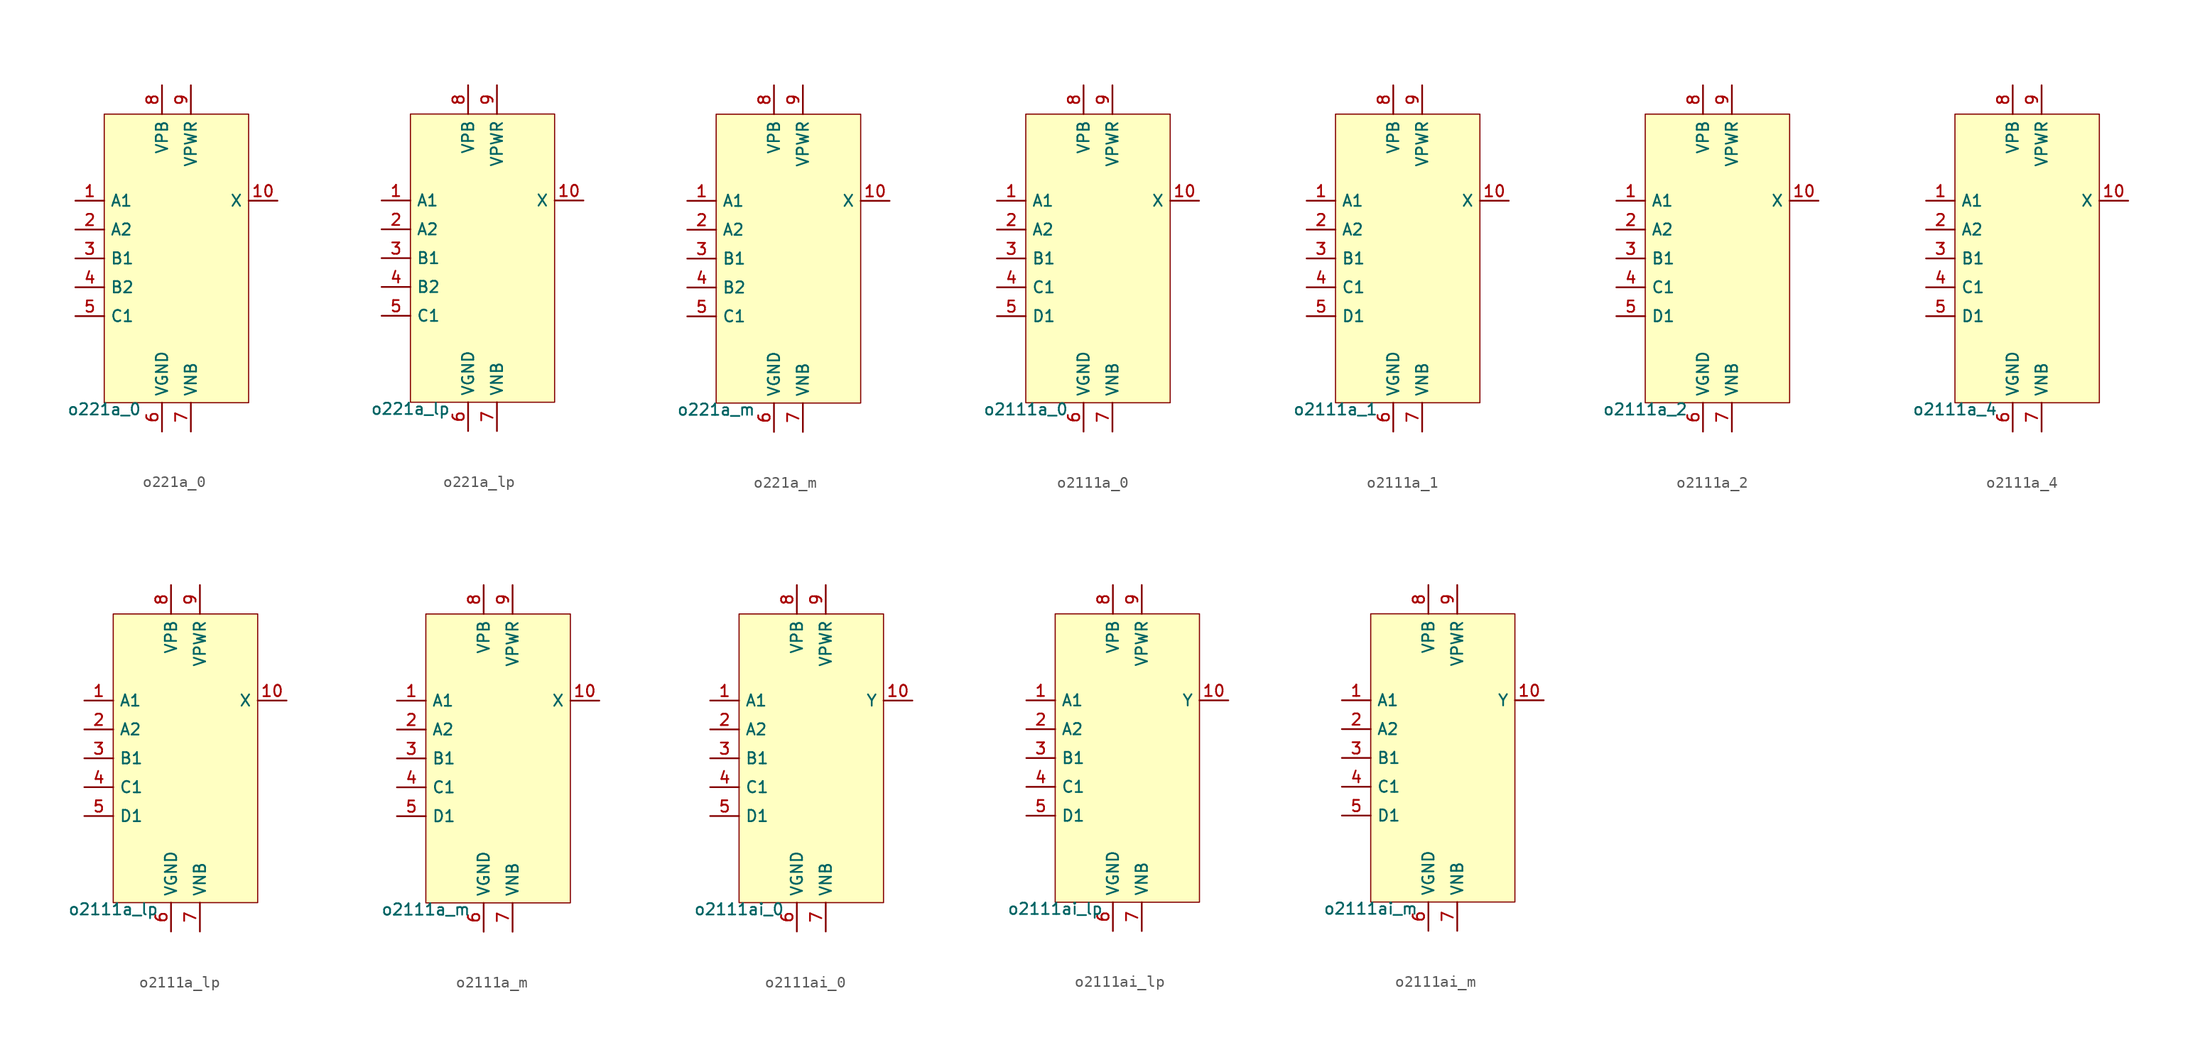
<source format=kicad_sym>
(kicad_symbol_lib
  (version 20211014)
  (generator pdk2kicad)
  (symbol "o221a_0"
    (property "Reference" "X"
      (at 0 0 0)
      (effects (font (size 1 1)) hide))
    (property "Value" "o221a_0"
      (at -6.35 -12.7 0)
      (effects (font (size 1 1)) (justify top)))
    (rectangle
      (start -6.35 -12.7)
      (end 6.35 12.7)
      (stroke (width 0.1) (type solid) (color 0 0 0 0))
      (fill (type background)))
    (pin input line
      (at -8.89 5.08 0)
      (length 2.54)
      (name "A1" (effects (font (size 1 1)) hide))
      (number "1" (effects (font (size 1 1)) hide)))
    (pin input line
      (at -8.89 2.54 0)
      (length 2.54)
      (name "A2" (effects (font (size 1 1)) hide))
      (number "2" (effects (font (size 1 1)) hide)))
    (pin input line
      (at -8.89 -8.881784197001252e-16 0)
      (length 2.54)
      (name "B1" (effects (font (size 1 1)) hide))
      (number "3" (effects (font (size 1 1)) hide)))
    (pin input line
      (at -8.89 -2.54 0)
      (length 2.54)
      (name "B2" (effects (font (size 1 1)) hide))
      (number "4" (effects (font (size 1 1)) hide)))
    (pin input line
      (at -8.89 -5.08 0)
      (length 2.54)
      (name "C1" (effects (font (size 1 1)) hide))
      (number "5" (effects (font (size 1 1)) hide)))
    (pin power_in line
      (at -1.27 -15.24 90)
      (length 2.54)
      (name "VGND" (effects (font (size 1 1)) hide))
      (number "6" (effects (font (size 1 1)) hide)))
    (pin power_in line
      (at 1.27 -15.24 90)
      (length 2.54)
      (name "VNB" (effects (font (size 1 1)) hide))
      (number "7" (effects (font (size 1 1)) hide)))
    (pin power_in line
      (at -1.27 15.24 270)
      (length 2.54)
      (name "VPB" (effects (font (size 1 1)) hide))
      (number "8" (effects (font (size 1 1)) hide)))
    (pin power_in line
      (at 1.27 15.24 270)
      (length 2.54)
      (name "VPWR" (effects (font (size 1 1)) hide))
      (number "9" (effects (font (size 1 1)) hide)))
    (pin output line
      (at 8.89 5.08 180)
      (length 2.54)
      (name "X" (effects (font (size 1 1)) hide))
      (number "10" (effects (font (size 1 1)) hide))))
  (symbol "o221a_lp"
    (property "Reference" "X"
      (at 0 0 0)
      (effects (font (size 1 1)) hide))
    (property "Value" "o221a_lp"
      (at -6.35 -12.7 0)
      (effects (font (size 1 1)) (justify top)))
    (rectangle
      (start -6.35 -12.7)
      (end 6.35 12.7)
      (stroke (width 0.1) (type solid) (color 0 0 0 0))
      (fill (type background)))
    (pin input line
      (at -8.89 5.08 0)
      (length 2.54)
      (name "A1" (effects (font (size 1 1)) hide))
      (number "1" (effects (font (size 1 1)) hide)))
    (pin input line
      (at -8.89 2.54 0)
      (length 2.54)
      (name "A2" (effects (font (size 1 1)) hide))
      (number "2" (effects (font (size 1 1)) hide)))
    (pin input line
      (at -8.89 -8.881784197001252e-16 0)
      (length 2.54)
      (name "B1" (effects (font (size 1 1)) hide))
      (number "3" (effects (font (size 1 1)) hide)))
    (pin input line
      (at -8.89 -2.54 0)
      (length 2.54)
      (name "B2" (effects (font (size 1 1)) hide))
      (number "4" (effects (font (size 1 1)) hide)))
    (pin input line
      (at -8.89 -5.08 0)
      (length 2.54)
      (name "C1" (effects (font (size 1 1)) hide))
      (number "5" (effects (font (size 1 1)) hide)))
    (pin power_in line
      (at -1.27 -15.24 90)
      (length 2.54)
      (name "VGND" (effects (font (size 1 1)) hide))
      (number "6" (effects (font (size 1 1)) hide)))
    (pin power_in line
      (at 1.27 -15.24 90)
      (length 2.54)
      (name "VNB" (effects (font (size 1 1)) hide))
      (number "7" (effects (font (size 1 1)) hide)))
    (pin power_in line
      (at -1.27 15.24 270)
      (length 2.54)
      (name "VPB" (effects (font (size 1 1)) hide))
      (number "8" (effects (font (size 1 1)) hide)))
    (pin power_in line
      (at 1.27 15.24 270)
      (length 2.54)
      (name "VPWR" (effects (font (size 1 1)) hide))
      (number "9" (effects (font (size 1 1)) hide)))
    (pin output line
      (at 8.89 5.08 180)
      (length 2.54)
      (name "X" (effects (font (size 1 1)) hide))
      (number "10" (effects (font (size 1 1)) hide))))
  (symbol "o221a_m"
    (property "Reference" "X"
      (at 0 0 0)
      (effects (font (size 1 1)) hide))
    (property "Value" "o221a_m"
      (at -6.35 -12.7 0)
      (effects (font (size 1 1)) (justify top)))
    (rectangle
      (start -6.35 -12.7)
      (end 6.35 12.7)
      (stroke (width 0.1) (type solid) (color 0 0 0 0))
      (fill (type background)))
    (pin input line
      (at -8.89 5.08 0)
      (length 2.54)
      (name "A1" (effects (font (size 1 1)) hide))
      (number "1" (effects (font (size 1 1)) hide)))
    (pin input line
      (at -8.89 2.54 0)
      (length 2.54)
      (name "A2" (effects (font (size 1 1)) hide))
      (number "2" (effects (font (size 1 1)) hide)))
    (pin input line
      (at -8.89 -8.881784197001252e-16 0)
      (length 2.54)
      (name "B1" (effects (font (size 1 1)) hide))
      (number "3" (effects (font (size 1 1)) hide)))
    (pin input line
      (at -8.89 -2.54 0)
      (length 2.54)
      (name "B2" (effects (font (size 1 1)) hide))
      (number "4" (effects (font (size 1 1)) hide)))
    (pin input line
      (at -8.89 -5.08 0)
      (length 2.54)
      (name "C1" (effects (font (size 1 1)) hide))
      (number "5" (effects (font (size 1 1)) hide)))
    (pin power_in line
      (at -1.27 -15.24 90)
      (length 2.54)
      (name "VGND" (effects (font (size 1 1)) hide))
      (number "6" (effects (font (size 1 1)) hide)))
    (pin power_in line
      (at 1.27 -15.24 90)
      (length 2.54)
      (name "VNB" (effects (font (size 1 1)) hide))
      (number "7" (effects (font (size 1 1)) hide)))
    (pin power_in line
      (at -1.27 15.24 270)
      (length 2.54)
      (name "VPB" (effects (font (size 1 1)) hide))
      (number "8" (effects (font (size 1 1)) hide)))
    (pin power_in line
      (at 1.27 15.24 270)
      (length 2.54)
      (name "VPWR" (effects (font (size 1 1)) hide))
      (number "9" (effects (font (size 1 1)) hide)))
    (pin output line
      (at 8.89 5.08 180)
      (length 2.54)
      (name "X" (effects (font (size 1 1)) hide))
      (number "10" (effects (font (size 1 1)) hide))))
  (symbol "o2111a_0"
    (property "Reference" "X"
      (at 0 0 0)
      (effects (font (size 1 1)) hide))
    (property "Value" "o2111a_0"
      (at -6.35 -12.7 0)
      (effects (font (size 1 1)) (justify top)))
    (rectangle
      (start -6.35 -12.7)
      (end 6.35 12.7)
      (stroke (width 0.1) (type solid) (color 0 0 0 0))
      (fill (type background)))
    (pin input line
      (at -8.89 5.08 0)
      (length 2.54)
      (name "A1" (effects (font (size 1 1)) hide))
      (number "1" (effects (font (size 1 1)) hide)))
    (pin input line
      (at -8.89 2.54 0)
      (length 2.54)
      (name "A2" (effects (font (size 1 1)) hide))
      (number "2" (effects (font (size 1 1)) hide)))
    (pin input line
      (at -8.89 -8.881784197001252e-16 0)
      (length 2.54)
      (name "B1" (effects (font (size 1 1)) hide))
      (number "3" (effects (font (size 1 1)) hide)))
    (pin input line
      (at -8.89 -2.54 0)
      (length 2.54)
      (name "C1" (effects (font (size 1 1)) hide))
      (number "4" (effects (font (size 1 1)) hide)))
    (pin input line
      (at -8.89 -5.08 0)
      (length 2.54)
      (name "D1" (effects (font (size 1 1)) hide))
      (number "5" (effects (font (size 1 1)) hide)))
    (pin power_in line
      (at -1.27 -15.24 90)
      (length 2.54)
      (name "VGND" (effects (font (size 1 1)) hide))
      (number "6" (effects (font (size 1 1)) hide)))
    (pin power_in line
      (at 1.27 -15.24 90)
      (length 2.54)
      (name "VNB" (effects (font (size 1 1)) hide))
      (number "7" (effects (font (size 1 1)) hide)))
    (pin power_in line
      (at -1.27 15.24 270)
      (length 2.54)
      (name "VPB" (effects (font (size 1 1)) hide))
      (number "8" (effects (font (size 1 1)) hide)))
    (pin power_in line
      (at 1.27 15.24 270)
      (length 2.54)
      (name "VPWR" (effects (font (size 1 1)) hide))
      (number "9" (effects (font (size 1 1)) hide)))
    (pin output line
      (at 8.89 5.08 180)
      (length 2.54)
      (name "X" (effects (font (size 1 1)) hide))
      (number "10" (effects (font (size 1 1)) hide))))
  (symbol "o2111a_1"
    (property "Reference" "X"
      (at 0 0 0)
      (effects (font (size 1 1)) hide))
    (property "Value" "o2111a_1"
      (at -6.35 -12.7 0)
      (effects (font (size 1 1)) (justify top)))
    (rectangle
      (start -6.35 -12.7)
      (end 6.35 12.7)
      (stroke (width 0.1) (type solid) (color 0 0 0 0))
      (fill (type background)))
    (pin input line
      (at -8.89 5.08 0)
      (length 2.54)
      (name "A1" (effects (font (size 1 1)) hide))
      (number "1" (effects (font (size 1 1)) hide)))
    (pin input line
      (at -8.89 2.54 0)
      (length 2.54)
      (name "A2" (effects (font (size 1 1)) hide))
      (number "2" (effects (font (size 1 1)) hide)))
    (pin input line
      (at -8.89 -8.881784197001252e-16 0)
      (length 2.54)
      (name "B1" (effects (font (size 1 1)) hide))
      (number "3" (effects (font (size 1 1)) hide)))
    (pin input line
      (at -8.89 -2.54 0)
      (length 2.54)
      (name "C1" (effects (font (size 1 1)) hide))
      (number "4" (effects (font (size 1 1)) hide)))
    (pin input line
      (at -8.89 -5.08 0)
      (length 2.54)
      (name "D1" (effects (font (size 1 1)) hide))
      (number "5" (effects (font (size 1 1)) hide)))
    (pin power_in line
      (at -1.27 -15.24 90)
      (length 2.54)
      (name "VGND" (effects (font (size 1 1)) hide))
      (number "6" (effects (font (size 1 1)) hide)))
    (pin power_in line
      (at 1.27 -15.24 90)
      (length 2.54)
      (name "VNB" (effects (font (size 1 1)) hide))
      (number "7" (effects (font (size 1 1)) hide)))
    (pin power_in line
      (at -1.27 15.24 270)
      (length 2.54)
      (name "VPB" (effects (font (size 1 1)) hide))
      (number "8" (effects (font (size 1 1)) hide)))
    (pin power_in line
      (at 1.27 15.24 270)
      (length 2.54)
      (name "VPWR" (effects (font (size 1 1)) hide))
      (number "9" (effects (font (size 1 1)) hide)))
    (pin output line
      (at 8.89 5.08 180)
      (length 2.54)
      (name "X" (effects (font (size 1 1)) hide))
      (number "10" (effects (font (size 1 1)) hide))))
  (symbol "o2111a_2"
    (property "Reference" "X"
      (at 0 0 0)
      (effects (font (size 1 1)) hide))
    (property "Value" "o2111a_2"
      (at -6.35 -12.7 0)
      (effects (font (size 1 1)) (justify top)))
    (rectangle
      (start -6.35 -12.7)
      (end 6.35 12.7)
      (stroke (width 0.1) (type solid) (color 0 0 0 0))
      (fill (type background)))
    (pin input line
      (at -8.89 5.08 0)
      (length 2.54)
      (name "A1" (effects (font (size 1 1)) hide))
      (number "1" (effects (font (size 1 1)) hide)))
    (pin input line
      (at -8.89 2.54 0)
      (length 2.54)
      (name "A2" (effects (font (size 1 1)) hide))
      (number "2" (effects (font (size 1 1)) hide)))
    (pin input line
      (at -8.89 -8.881784197001252e-16 0)
      (length 2.54)
      (name "B1" (effects (font (size 1 1)) hide))
      (number "3" (effects (font (size 1 1)) hide)))
    (pin input line
      (at -8.89 -2.54 0)
      (length 2.54)
      (name "C1" (effects (font (size 1 1)) hide))
      (number "4" (effects (font (size 1 1)) hide)))
    (pin input line
      (at -8.89 -5.08 0)
      (length 2.54)
      (name "D1" (effects (font (size 1 1)) hide))
      (number "5" (effects (font (size 1 1)) hide)))
    (pin power_in line
      (at -1.27 -15.24 90)
      (length 2.54)
      (name "VGND" (effects (font (size 1 1)) hide))
      (number "6" (effects (font (size 1 1)) hide)))
    (pin power_in line
      (at 1.27 -15.24 90)
      (length 2.54)
      (name "VNB" (effects (font (size 1 1)) hide))
      (number "7" (effects (font (size 1 1)) hide)))
    (pin power_in line
      (at -1.27 15.24 270)
      (length 2.54)
      (name "VPB" (effects (font (size 1 1)) hide))
      (number "8" (effects (font (size 1 1)) hide)))
    (pin power_in line
      (at 1.27 15.24 270)
      (length 2.54)
      (name "VPWR" (effects (font (size 1 1)) hide))
      (number "9" (effects (font (size 1 1)) hide)))
    (pin output line
      (at 8.89 5.08 180)
      (length 2.54)
      (name "X" (effects (font (size 1 1)) hide))
      (number "10" (effects (font (size 1 1)) hide))))
  (symbol "o2111a_4"
    (property "Reference" "X"
      (at 0 0 0)
      (effects (font (size 1 1)) hide))
    (property "Value" "o2111a_4"
      (at -6.35 -12.7 0)
      (effects (font (size 1 1)) (justify top)))
    (rectangle
      (start -6.35 -12.7)
      (end 6.35 12.7)
      (stroke (width 0.1) (type solid) (color 0 0 0 0))
      (fill (type background)))
    (pin input line
      (at -8.89 5.08 0)
      (length 2.54)
      (name "A1" (effects (font (size 1 1)) hide))
      (number "1" (effects (font (size 1 1)) hide)))
    (pin input line
      (at -8.89 2.54 0)
      (length 2.54)
      (name "A2" (effects (font (size 1 1)) hide))
      (number "2" (effects (font (size 1 1)) hide)))
    (pin input line
      (at -8.89 -8.881784197001252e-16 0)
      (length 2.54)
      (name "B1" (effects (font (size 1 1)) hide))
      (number "3" (effects (font (size 1 1)) hide)))
    (pin input line
      (at -8.89 -2.54 0)
      (length 2.54)
      (name "C1" (effects (font (size 1 1)) hide))
      (number "4" (effects (font (size 1 1)) hide)))
    (pin input line
      (at -8.89 -5.08 0)
      (length 2.54)
      (name "D1" (effects (font (size 1 1)) hide))
      (number "5" (effects (font (size 1 1)) hide)))
    (pin power_in line
      (at -1.27 -15.24 90)
      (length 2.54)
      (name "VGND" (effects (font (size 1 1)) hide))
      (number "6" (effects (font (size 1 1)) hide)))
    (pin power_in line
      (at 1.27 -15.24 90)
      (length 2.54)
      (name "VNB" (effects (font (size 1 1)) hide))
      (number "7" (effects (font (size 1 1)) hide)))
    (pin power_in line
      (at -1.27 15.24 270)
      (length 2.54)
      (name "VPB" (effects (font (size 1 1)) hide))
      (number "8" (effects (font (size 1 1)) hide)))
    (pin power_in line
      (at 1.27 15.24 270)
      (length 2.54)
      (name "VPWR" (effects (font (size 1 1)) hide))
      (number "9" (effects (font (size 1 1)) hide)))
    (pin output line
      (at 8.89 5.08 180)
      (length 2.54)
      (name "X" (effects (font (size 1 1)) hide))
      (number "10" (effects (font (size 1 1)) hide))))
  (symbol "o2111a_lp"
    (property "Reference" "X"
      (at 0 0 0)
      (effects (font (size 1 1)) hide))
    (property "Value" "o2111a_lp"
      (at -6.35 -12.7 0)
      (effects (font (size 1 1)) (justify top)))
    (rectangle
      (start -6.35 -12.7)
      (end 6.35 12.7)
      (stroke (width 0.1) (type solid) (color 0 0 0 0))
      (fill (type background)))
    (pin input line
      (at -8.89 5.08 0)
      (length 2.54)
      (name "A1" (effects (font (size 1 1)) hide))
      (number "1" (effects (font (size 1 1)) hide)))
    (pin input line
      (at -8.89 2.54 0)
      (length 2.54)
      (name "A2" (effects (font (size 1 1)) hide))
      (number "2" (effects (font (size 1 1)) hide)))
    (pin input line
      (at -8.89 -8.881784197001252e-16 0)
      (length 2.54)
      (name "B1" (effects (font (size 1 1)) hide))
      (number "3" (effects (font (size 1 1)) hide)))
    (pin input line
      (at -8.89 -2.54 0)
      (length 2.54)
      (name "C1" (effects (font (size 1 1)) hide))
      (number "4" (effects (font (size 1 1)) hide)))
    (pin input line
      (at -8.89 -5.08 0)
      (length 2.54)
      (name "D1" (effects (font (size 1 1)) hide))
      (number "5" (effects (font (size 1 1)) hide)))
    (pin power_in line
      (at -1.27 -15.24 90)
      (length 2.54)
      (name "VGND" (effects (font (size 1 1)) hide))
      (number "6" (effects (font (size 1 1)) hide)))
    (pin power_in line
      (at 1.27 -15.24 90)
      (length 2.54)
      (name "VNB" (effects (font (size 1 1)) hide))
      (number "7" (effects (font (size 1 1)) hide)))
    (pin power_in line
      (at -1.27 15.24 270)
      (length 2.54)
      (name "VPB" (effects (font (size 1 1)) hide))
      (number "8" (effects (font (size 1 1)) hide)))
    (pin power_in line
      (at 1.27 15.24 270)
      (length 2.54)
      (name "VPWR" (effects (font (size 1 1)) hide))
      (number "9" (effects (font (size 1 1)) hide)))
    (pin output line
      (at 8.89 5.08 180)
      (length 2.54)
      (name "X" (effects (font (size 1 1)) hide))
      (number "10" (effects (font (size 1 1)) hide))))
  (symbol "o2111a_m"
    (property "Reference" "X"
      (at 0 0 0)
      (effects (font (size 1 1)) hide))
    (property "Value" "o2111a_m"
      (at -6.35 -12.7 0)
      (effects (font (size 1 1)) (justify top)))
    (rectangle
      (start -6.35 -12.7)
      (end 6.35 12.7)
      (stroke (width 0.1) (type solid) (color 0 0 0 0))
      (fill (type background)))
    (pin input line
      (at -8.89 5.08 0)
      (length 2.54)
      (name "A1" (effects (font (size 1 1)) hide))
      (number "1" (effects (font (size 1 1)) hide)))
    (pin input line
      (at -8.89 2.54 0)
      (length 2.54)
      (name "A2" (effects (font (size 1 1)) hide))
      (number "2" (effects (font (size 1 1)) hide)))
    (pin input line
      (at -8.89 -8.881784197001252e-16 0)
      (length 2.54)
      (name "B1" (effects (font (size 1 1)) hide))
      (number "3" (effects (font (size 1 1)) hide)))
    (pin input line
      (at -8.89 -2.54 0)
      (length 2.54)
      (name "C1" (effects (font (size 1 1)) hide))
      (number "4" (effects (font (size 1 1)) hide)))
    (pin input line
      (at -8.89 -5.08 0)
      (length 2.54)
      (name "D1" (effects (font (size 1 1)) hide))
      (number "5" (effects (font (size 1 1)) hide)))
    (pin power_in line
      (at -1.27 -15.24 90)
      (length 2.54)
      (name "VGND" (effects (font (size 1 1)) hide))
      (number "6" (effects (font (size 1 1)) hide)))
    (pin power_in line
      (at 1.27 -15.24 90)
      (length 2.54)
      (name "VNB" (effects (font (size 1 1)) hide))
      (number "7" (effects (font (size 1 1)) hide)))
    (pin power_in line
      (at -1.27 15.24 270)
      (length 2.54)
      (name "VPB" (effects (font (size 1 1)) hide))
      (number "8" (effects (font (size 1 1)) hide)))
    (pin power_in line
      (at 1.27 15.24 270)
      (length 2.54)
      (name "VPWR" (effects (font (size 1 1)) hide))
      (number "9" (effects (font (size 1 1)) hide)))
    (pin output line
      (at 8.89 5.08 180)
      (length 2.54)
      (name "X" (effects (font (size 1 1)) hide))
      (number "10" (effects (font (size 1 1)) hide))))
  (symbol "o2111ai_0"
    (property "Reference" "X"
      (at 0 0 0)
      (effects (font (size 1 1)) hide))
    (property "Value" "o2111ai_0"
      (at -6.35 -12.7 0)
      (effects (font (size 1 1)) (justify top)))
    (rectangle
      (start -6.35 -12.7)
      (end 6.35 12.7)
      (stroke (width 0.1) (type solid) (color 0 0 0 0))
      (fill (type background)))
    (pin input line
      (at -8.89 5.08 0)
      (length 2.54)
      (name "A1" (effects (font (size 1 1)) hide))
      (number "1" (effects (font (size 1 1)) hide)))
    (pin input line
      (at -8.89 2.54 0)
      (length 2.54)
      (name "A2" (effects (font (size 1 1)) hide))
      (number "2" (effects (font (size 1 1)) hide)))
    (pin input line
      (at -8.89 -8.881784197001252e-16 0)
      (length 2.54)
      (name "B1" (effects (font (size 1 1)) hide))
      (number "3" (effects (font (size 1 1)) hide)))
    (pin input line
      (at -8.89 -2.54 0)
      (length 2.54)
      (name "C1" (effects (font (size 1 1)) hide))
      (number "4" (effects (font (size 1 1)) hide)))
    (pin input line
      (at -8.89 -5.08 0)
      (length 2.54)
      (name "D1" (effects (font (size 1 1)) hide))
      (number "5" (effects (font (size 1 1)) hide)))
    (pin power_in line
      (at -1.27 -15.24 90)
      (length 2.54)
      (name "VGND" (effects (font (size 1 1)) hide))
      (number "6" (effects (font (size 1 1)) hide)))
    (pin power_in line
      (at 1.27 -15.24 90)
      (length 2.54)
      (name "VNB" (effects (font (size 1 1)) hide))
      (number "7" (effects (font (size 1 1)) hide)))
    (pin power_in line
      (at -1.27 15.24 270)
      (length 2.54)
      (name "VPB" (effects (font (size 1 1)) hide))
      (number "8" (effects (font (size 1 1)) hide)))
    (pin power_in line
      (at 1.27 15.24 270)
      (length 2.54)
      (name "VPWR" (effects (font (size 1 1)) hide))
      (number "9" (effects (font (size 1 1)) hide)))
    (pin output line
      (at 8.89 5.08 180)
      (length 2.54)
      (name "Y" (effects (font (size 1 1)) hide))
      (number "10" (effects (font (size 1 1)) hide))))
  (symbol "o2111ai_lp"
    (property "Reference" "X"
      (at 0 0 0)
      (effects (font (size 1 1)) hide))
    (property "Value" "o2111ai_lp"
      (at -6.35 -12.7 0)
      (effects (font (size 1 1)) (justify top)))
    (rectangle
      (start -6.35 -12.7)
      (end 6.35 12.7)
      (stroke (width 0.1) (type solid) (color 0 0 0 0))
      (fill (type background)))
    (pin input line
      (at -8.89 5.08 0)
      (length 2.54)
      (name "A1" (effects (font (size 1 1)) hide))
      (number "1" (effects (font (size 1 1)) hide)))
    (pin input line
      (at -8.89 2.54 0)
      (length 2.54)
      (name "A2" (effects (font (size 1 1)) hide))
      (number "2" (effects (font (size 1 1)) hide)))
    (pin input line
      (at -8.89 -8.881784197001252e-16 0)
      (length 2.54)
      (name "B1" (effects (font (size 1 1)) hide))
      (number "3" (effects (font (size 1 1)) hide)))
    (pin input line
      (at -8.89 -2.54 0)
      (length 2.54)
      (name "C1" (effects (font (size 1 1)) hide))
      (number "4" (effects (font (size 1 1)) hide)))
    (pin input line
      (at -8.89 -5.08 0)
      (length 2.54)
      (name "D1" (effects (font (size 1 1)) hide))
      (number "5" (effects (font (size 1 1)) hide)))
    (pin power_in line
      (at -1.27 -15.24 90)
      (length 2.54)
      (name "VGND" (effects (font (size 1 1)) hide))
      (number "6" (effects (font (size 1 1)) hide)))
    (pin power_in line
      (at 1.27 -15.24 90)
      (length 2.54)
      (name "VNB" (effects (font (size 1 1)) hide))
      (number "7" (effects (font (size 1 1)) hide)))
    (pin power_in line
      (at -1.27 15.24 270)
      (length 2.54)
      (name "VPB" (effects (font (size 1 1)) hide))
      (number "8" (effects (font (size 1 1)) hide)))
    (pin power_in line
      (at 1.27 15.24 270)
      (length 2.54)
      (name "VPWR" (effects (font (size 1 1)) hide))
      (number "9" (effects (font (size 1 1)) hide)))
    (pin output line
      (at 8.89 5.08 180)
      (length 2.54)
      (name "Y" (effects (font (size 1 1)) hide))
      (number "10" (effects (font (size 1 1)) hide))))
  (symbol "o2111ai_m"
    (property "Reference" "X"
      (at 0 0 0)
      (effects (font (size 1 1)) hide))
    (property "Value" "o2111ai_m"
      (at -6.35 -12.7 0)
      (effects (font (size 1 1)) (justify top)))
    (rectangle
      (start -6.35 -12.7)
      (end 6.35 12.7)
      (stroke (width 0.1) (type solid) (color 0 0 0 0))
      (fill (type background)))
    (pin input line
      (at -8.89 5.08 0)
      (length 2.54)
      (name "A1" (effects (font (size 1 1)) hide))
      (number "1" (effects (font (size 1 1)) hide)))
    (pin input line
      (at -8.89 2.54 0)
      (length 2.54)
      (name "A2" (effects (font (size 1 1)) hide))
      (number "2" (effects (font (size 1 1)) hide)))
    (pin input line
      (at -8.89 -8.881784197001252e-16 0)
      (length 2.54)
      (name "B1" (effects (font (size 1 1)) hide))
      (number "3" (effects (font (size 1 1)) hide)))
    (pin input line
      (at -8.89 -2.54 0)
      (length 2.54)
      (name "C1" (effects (font (size 1 1)) hide))
      (number "4" (effects (font (size 1 1)) hide)))
    (pin input line
      (at -8.89 -5.08 0)
      (length 2.54)
      (name "D1" (effects (font (size 1 1)) hide))
      (number "5" (effects (font (size 1 1)) hide)))
    (pin power_in line
      (at -1.27 -15.24 90)
      (length 2.54)
      (name "VGND" (effects (font (size 1 1)) hide))
      (number "6" (effects (font (size 1 1)) hide)))
    (pin power_in line
      (at 1.27 -15.24 90)
      (length 2.54)
      (name "VNB" (effects (font (size 1 1)) hide))
      (number "7" (effects (font (size 1 1)) hide)))
    (pin power_in line
      (at -1.27 15.24 270)
      (length 2.54)
      (name "VPB" (effects (font (size 1 1)) hide))
      (number "8" (effects (font (size 1 1)) hide)))
    (pin power_in line
      (at 1.27 15.24 270)
      (length 2.54)
      (name "VPWR" (effects (font (size 1 1)) hide))
      (number "9" (effects (font (size 1 1)) hide)))
    (pin output line
      (at 8.89 5.08 180)
      (length 2.54)
      (name "Y" (effects (font (size 1 1)) hide))
      (number "10" (effects (font (size 1 1)) hide)))))
</source>
